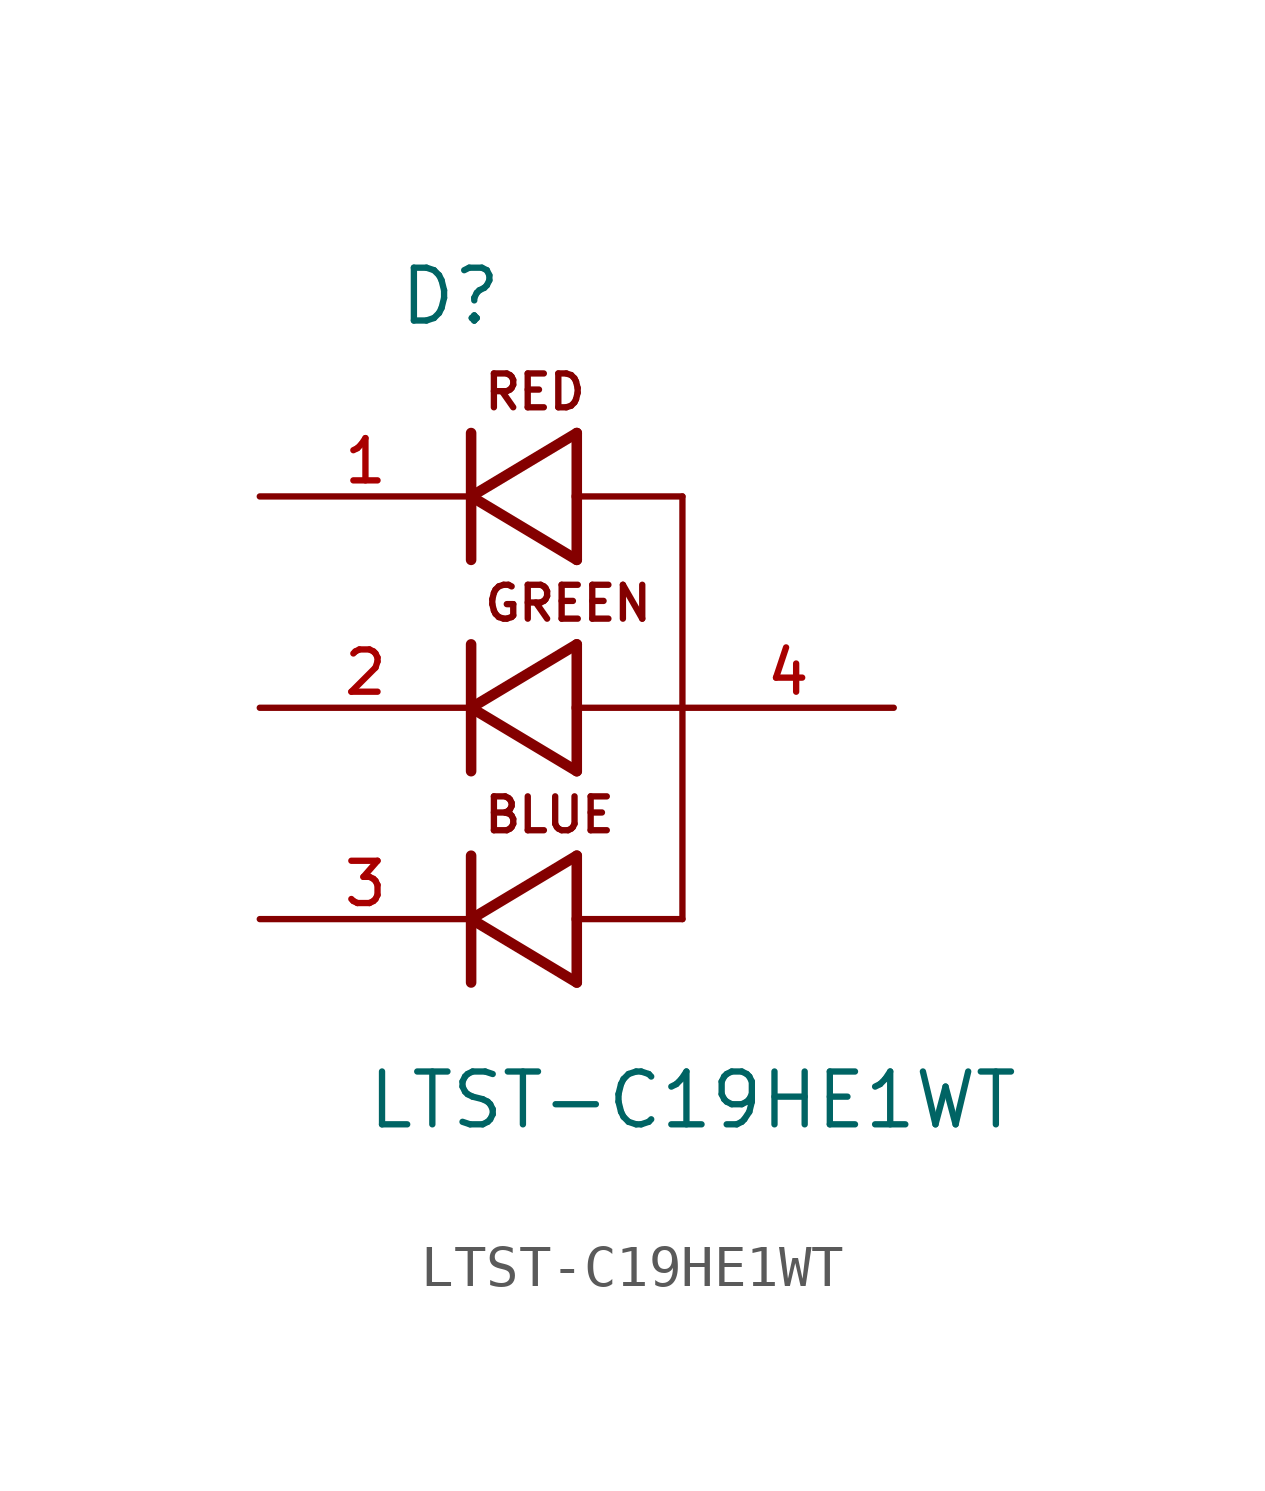
<source format=kicad_sym>
(kicad_symbol_lib
  (version 20211014)
  (generator kicad_symbol_editor)
  (symbol "LTST-C19HE1WT"
    (pin_names
      (offset 1.016))
    (property "Reference" "D"
      (at -1.778 9.146 0)
      (effects (font (size 1.27 1.27)) (justify bottom left)))
    (property "Value" "LTST-C19HE1WT"
      (at -2.544 -10.177 0)
      (effects (font (size 1.27 1.27)) (justify bottom left)))
    (symbol "LTST-C19HE1WT_0_0"
      (polyline (pts (xy 2.54 3.556) (xy 2.54 5.08)) (stroke (width 0.254)))
      (polyline (pts (xy 2.54 5.08) (xy 2.54 6.604)) (stroke (width 0.254)))
      (polyline (pts (xy 2.54 6.604) (xy 0.0 5.08)) (stroke (width 0.254)))
      (polyline (pts (xy 0.0 5.08) (xy 2.54 3.556)) (stroke (width 0.254)))
      (polyline (pts (xy 0.0 3.556) (xy 0.0 6.604)) (stroke (width 0.254)))
      (polyline (pts (xy 2.54 -1.524) (xy 2.54 0.0)) (stroke (width 0.254)))
      (polyline (pts (xy 2.54 0.0) (xy 2.54 1.524)) (stroke (width 0.254)))
      (polyline (pts (xy 2.54 1.524) (xy 0.0 0.0)) (stroke (width 0.254)))
      (polyline (pts (xy 0.0 0.0) (xy 2.54 -1.524)) (stroke (width 0.254)))
      (polyline (pts (xy 0.0 -1.524) (xy 0.0 1.524)) (stroke (width 0.254)))
      (polyline (pts (xy 2.54 -6.604) (xy 2.54 -5.08)) (stroke (width 0.254)))
      (polyline (pts (xy 2.54 -5.08) (xy 2.54 -3.556)) (stroke (width 0.254)))
      (polyline (pts (xy 2.54 -3.556) (xy 0.0 -5.08)) (stroke (width 0.254)))
      (polyline (pts (xy 0.0 -5.08) (xy 2.54 -6.604)) (stroke (width 0.254)))
      (polyline (pts (xy 0.0 -6.604) (xy 0.0 -3.556)) (stroke (width 0.254)))
      (polyline (pts (xy 2.54 -5.08) (xy 5.08 -5.08)) (stroke (width 0.152)))
      (polyline (pts (xy 5.08 -5.08) (xy 5.08 0.0)) (stroke (width 0.152)))
      (polyline (pts (xy 5.08 0.0) (xy 5.08 5.08)) (stroke (width 0.152)))
      (polyline (pts (xy 5.08 5.08) (xy 2.54 5.08)) (stroke (width 0.152)))
      (polyline (pts (xy 5.08 0.0) (xy 2.54 0.0)) (stroke (width 0.152)))
      (text "RED" (at 0.254 7.116 0) (effects (font (size 0.813 0.813)) (justify bottom left)))
      (text "GREEN" (at 0.254 2.035 0) (effects (font (size 0.814 0.814)) (justify bottom left)))
      (text "BLUE" (at 0.254 -3.051 0) (effects (font (size 0.814 0.814)) (justify bottom left)))
      (pin passive line (at -5.08 5.08 0) (length 5.08) (name "~" (effects (font (size 1.016 1.016)))) (number "1" (effects (font (size 1.016 1.016)))))
      (pin passive line (at -5.08 0.0 0) (length 5.08) (name "~" (effects (font (size 1.016 1.016)))) (number "2" (effects (font (size 1.016 1.016)))))
      (pin passive line (at -5.08 -5.08 0) (length 5.08) (name "~" (effects (font (size 1.016 1.016)))) (number "3" (effects (font (size 1.016 1.016)))))
      (pin passive line (at 10.16 0.0 180.0) (length 5.08) (name "~" (effects (font (size 1.016 1.016)))) (number "4" (effects (font (size 1.016 1.016))))))))
</source>
